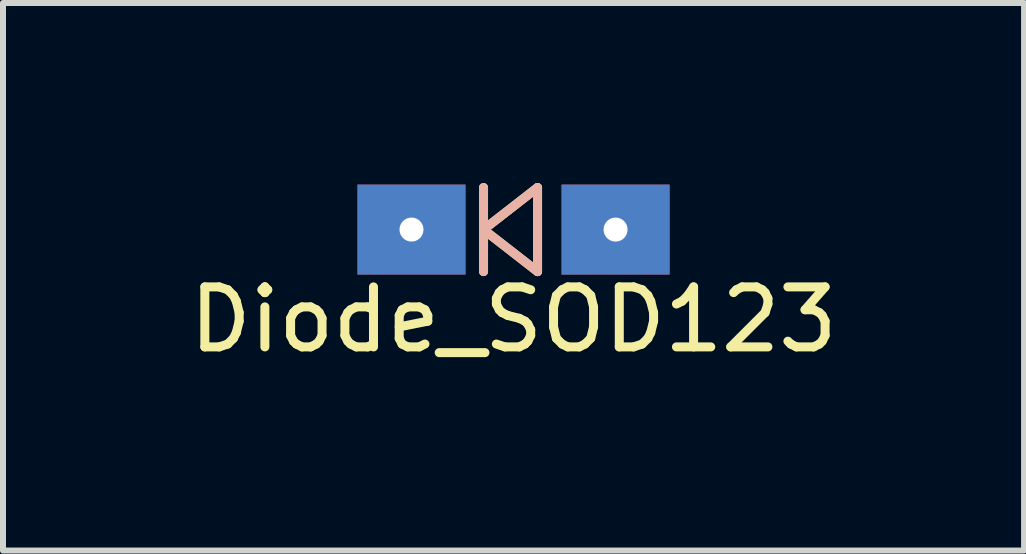
<source format=kicad_pcb>
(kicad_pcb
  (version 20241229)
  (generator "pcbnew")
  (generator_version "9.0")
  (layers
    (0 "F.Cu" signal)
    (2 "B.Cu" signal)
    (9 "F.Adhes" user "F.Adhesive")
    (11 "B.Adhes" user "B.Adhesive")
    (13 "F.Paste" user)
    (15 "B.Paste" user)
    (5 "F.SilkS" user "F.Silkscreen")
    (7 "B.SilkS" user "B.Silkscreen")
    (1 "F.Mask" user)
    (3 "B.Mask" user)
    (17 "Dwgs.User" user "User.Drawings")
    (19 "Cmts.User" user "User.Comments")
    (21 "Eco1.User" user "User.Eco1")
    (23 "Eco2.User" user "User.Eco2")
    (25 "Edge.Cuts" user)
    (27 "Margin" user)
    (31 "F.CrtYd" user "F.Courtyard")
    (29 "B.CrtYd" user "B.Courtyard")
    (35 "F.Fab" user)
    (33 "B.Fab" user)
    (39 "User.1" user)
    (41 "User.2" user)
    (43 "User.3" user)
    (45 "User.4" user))
  (footprint "Diode_SOD123"
    (placed yes)
    (layer "F.Cu")
    (at 5.506 0.775)
    (property "Reference" "Diode_SOD123" (at 0 1.5 0) (layer "F.SilkS") (effects (font (size 1 1) (thickness 0.15))))
    (attr through_hole)
    (fp_line (start -0.5 -0.7) (end -0.5 0.7) (stroke (width 0.15) (type solid)) (layer "F.SilkS"))
    (fp_line (start -0.5 0) (end 0.4 -0.7) (stroke (width 0.15) (type solid)) (layer "F.SilkS"))
    (fp_line (start 0.4 -0.7) (end 0.4 0.7) (stroke (width 0.15) (type solid)) (layer "F.SilkS"))
    (fp_line (start 0.4 0.7) (end -0.5 0) (stroke (width 0.15) (type solid)) (layer "F.SilkS"))
    (fp_line (start -0.5 -0.7) (end -0.5 0.7) (stroke (width 0.15) (type solid)) (layer "B.SilkS"))
    (fp_line (start -0.5 0) (end 0.4 -0.7) (stroke (width 0.15) (type solid)) (layer "B.SilkS"))
    (fp_line (start 0.4 -0.7) (end 0.4 0.7) (stroke (width 0.15) (type solid)) (layer "B.SilkS"))
    (fp_line (start 0.4 0.7) (end -0.5 0) (stroke (width 0.15) (type solid)) (layer "B.SilkS"))
    (pad "1" thru_hole rect (at -1.7 0) (size 1.8 1.5) (drill 0.4) (layers "*.Cu" "*.Mask"))
    (pad "2" thru_hole rect (at 1.7 0) (size 1.8 1.5) (drill 0.4) (layers "*.Cu" "*.Mask")))
  (gr_rect
    (start -3 -3)
    (end 14.012 6.123)
    (stroke (width 0.1) (type default))
    (fill no)
    (layer "Edge.Cuts")))
</source>
